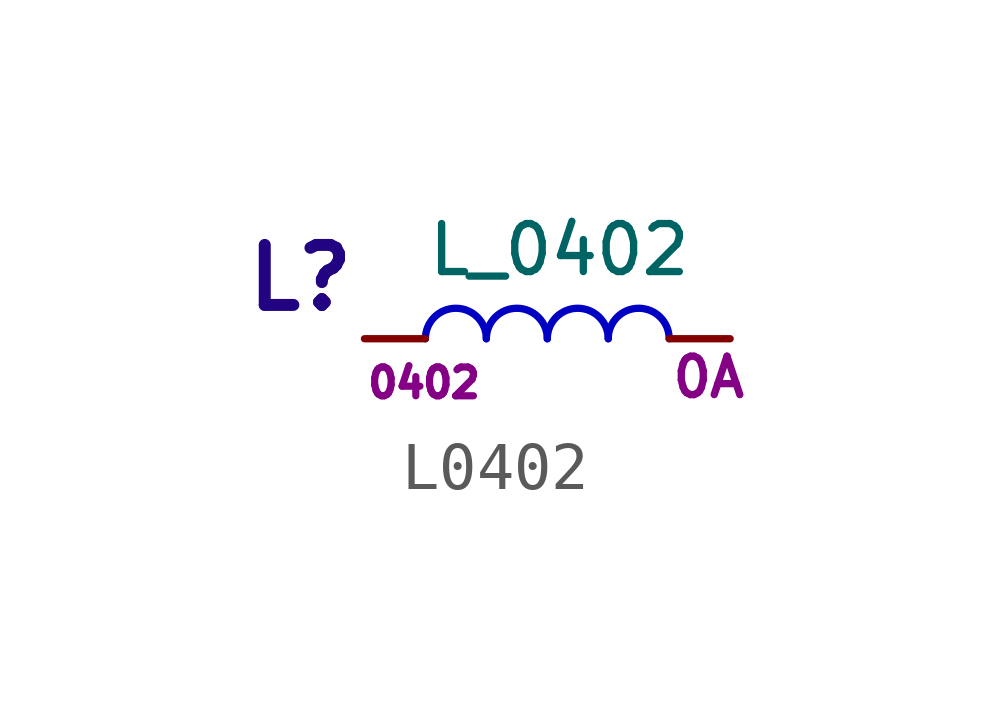
<source format=kicad_sym>
(kicad_symbol_lib
  (version 20241209)
  (generator "kicad_symbol_editor")
  (generator_version "9.0")
  (symbol "L0402"
    (pin_numbers
      (hide yes))
    (pin_names
      (offset 1.016)
      (hide yes))
    (property "Reference" "L"
      (at -2.54 1.27 0)
      (effects (font (size 1.25 1.25) (bold yes) (color 34 4 131 1)) (justify left)))
    (property "Value" "L_0402"
      (at 1.27 1.27 0)
      (effects (font (size 1 1)) (justify left bottom)))
    (property "Max DC Current" "0A"
      (at 6.35 -1.27 0)
      (effects (font (size 0.8 0.8)) (justify left bottom)))
    (property "Package" "0402"
      (at 0 -1.27 0)
      (effects (font (size 0.6 0.6)) (justify left bottom)))
    (symbol "L0402_0_1"
      (arc (start 1.27 0) (mid 1.905 0.6323) (end 2.54 0) (stroke (width 0) (type default) (color 0 0 194 1)) (fill (type none)))
      (arc (start 2.54 0) (mid 3.175 0.6323) (end 3.81 0) (stroke (width 0) (type default) (color 0 0 194 1)) (fill (type none)))
      (arc (start 3.81 0) (mid 4.445 0.6323) (end 5.08 0) (stroke (width 0) (type default) (color 0 0 194 1)) (fill (type none)))
      (arc (start 5.08 0) (mid 5.715 0.6323) (end 6.35 0) (stroke (width 0) (type default) (color 0 0 194 1)) (fill (type none))))
    (symbol "L0402_1_1"
      (pin passive line (at 0 0 0) (length 1.27) (name "1" (effects (font (size 1.27 1.27)))) (number "1" (effects (font (size 1.27 1.27)))))
      (pin passive line (at 7.62 0 180) (length 1.27) (name "2" (effects (font (size 1.27 1.27)))) (number "2" (effects (font (size 1.27 1.27))))))))
</source>
